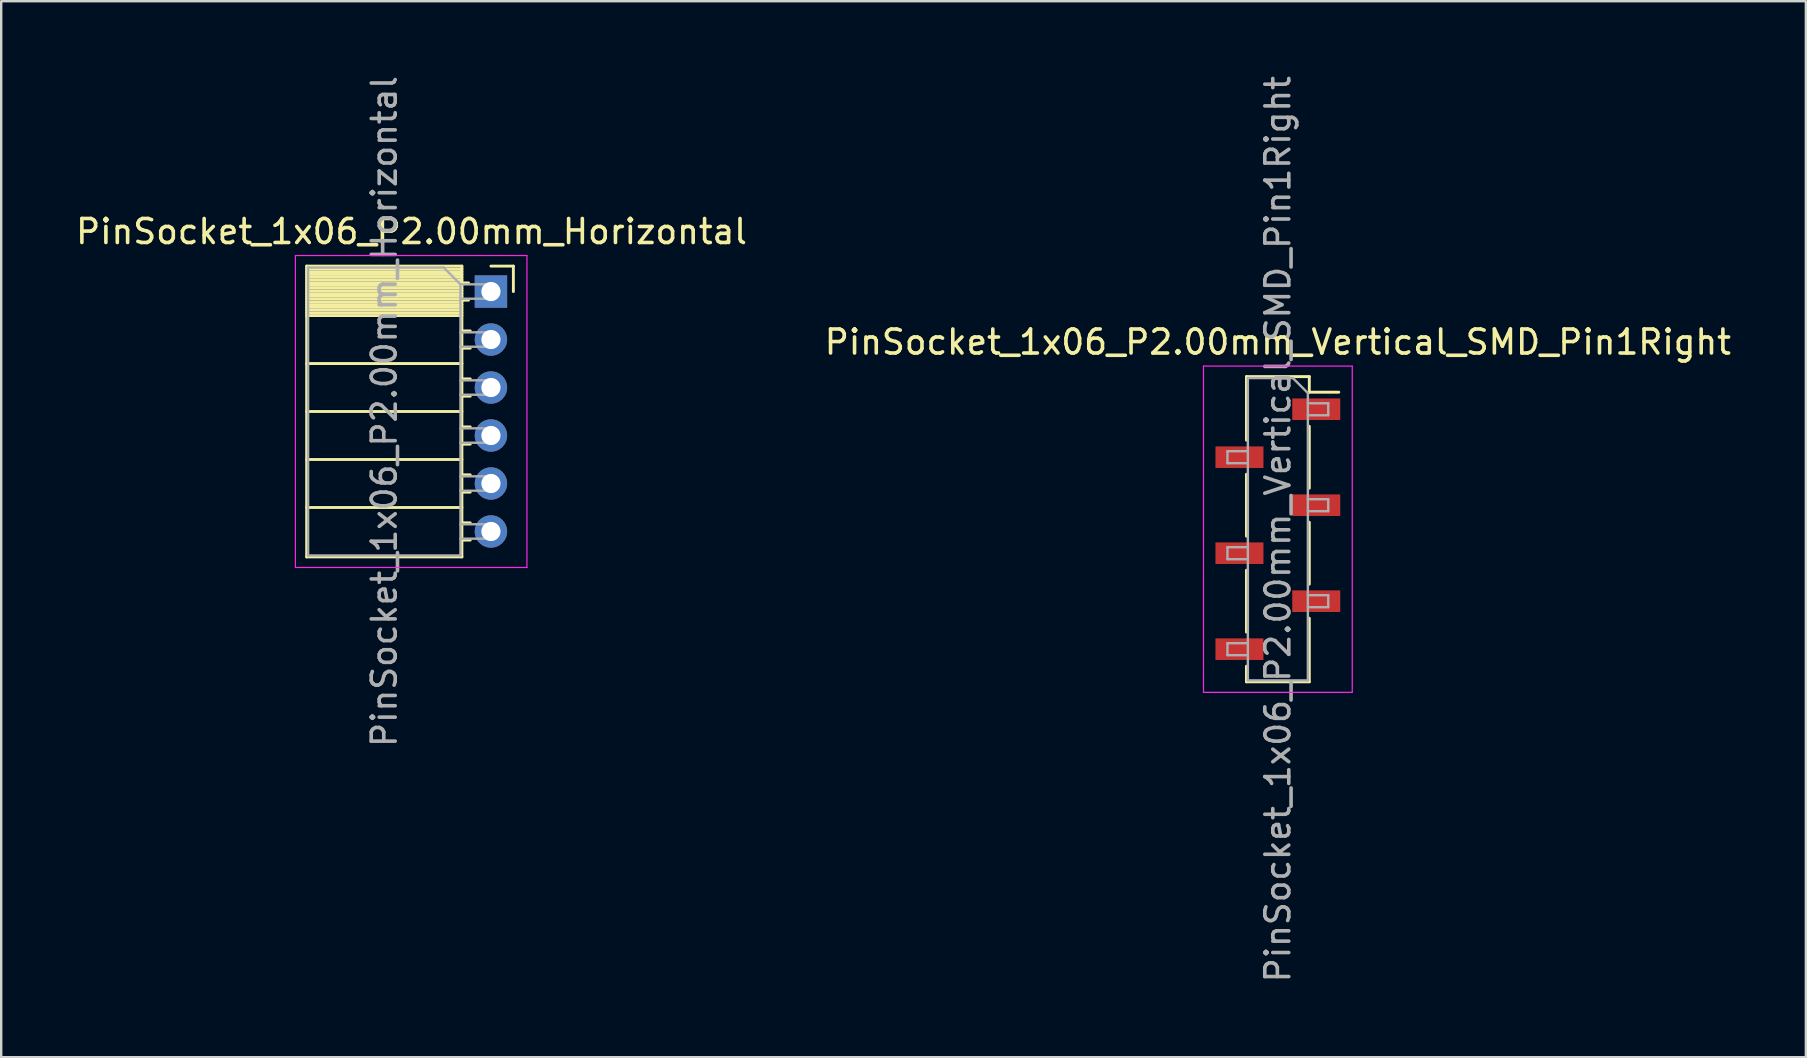
<source format=kicad_pcb>
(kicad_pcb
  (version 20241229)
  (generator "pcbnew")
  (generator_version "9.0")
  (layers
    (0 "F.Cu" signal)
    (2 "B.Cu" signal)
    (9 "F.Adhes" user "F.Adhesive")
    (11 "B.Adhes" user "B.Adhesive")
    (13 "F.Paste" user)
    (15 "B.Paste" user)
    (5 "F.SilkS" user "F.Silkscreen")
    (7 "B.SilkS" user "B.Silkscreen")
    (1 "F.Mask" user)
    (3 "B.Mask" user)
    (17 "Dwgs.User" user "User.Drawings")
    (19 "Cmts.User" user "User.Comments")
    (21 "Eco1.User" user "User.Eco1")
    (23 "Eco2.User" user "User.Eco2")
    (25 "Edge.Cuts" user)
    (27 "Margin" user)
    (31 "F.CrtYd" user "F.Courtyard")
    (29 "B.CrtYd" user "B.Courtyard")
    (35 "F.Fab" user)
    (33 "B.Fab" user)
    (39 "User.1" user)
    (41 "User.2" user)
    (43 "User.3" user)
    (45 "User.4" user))
  (footprint "PinSocket_1x06_P2.00mm_Vertical_SMD_Pin1Right"
    (layer "F.Cu")
    (at 50.208 19.006)
    (property "Reference" "PinSocket_1x06_P2.00mm_Vertical_SMD_Pin1Right" (at 0 -7.8 0) (layer "F.SilkS") (effects (font (size 1 1) (thickness 0.15))))
    (attr smd)
    (fp_line (start -1.31 -6.36) (end -1.31 -3.71) (stroke (width 0.12) (type solid)) (layer "F.SilkS"))
    (fp_line (start -1.31 -6.36) (end 1.31 -6.36) (stroke (width 0.12) (type solid)) (layer "F.SilkS"))
    (fp_line (start -1.31 -2.29) (end -1.31 0.29) (stroke (width 0.12) (type solid)) (layer "F.SilkS"))
    (fp_line (start -1.31 1.71) (end -1.31 4.29) (stroke (width 0.12) (type solid)) (layer "F.SilkS"))
    (fp_line (start -1.31 5.71) (end -1.31 6.36) (stroke (width 0.12) (type solid)) (layer "F.SilkS"))
    (fp_line (start -1.31 6.36) (end 1.31 6.36) (stroke (width 0.12) (type solid)) (layer "F.SilkS"))
    (fp_line (start 1.31 -6.36) (end 1.31 -5.71) (stroke (width 0.12) (type solid)) (layer "F.SilkS"))
    (fp_line (start 1.31 -5.71) (end 2.54 -5.71) (stroke (width 0.12) (type solid)) (layer "F.SilkS"))
    (fp_line (start 1.31 -4.29) (end 1.31 -1.71) (stroke (width 0.12) (type solid)) (layer "F.SilkS"))
    (fp_line (start 1.31 -0.29) (end 1.31 2.29) (stroke (width 0.12) (type solid)) (layer "F.SilkS"))
    (fp_line (start 1.31 3.71) (end 1.31 6.36) (stroke (width 0.12) (type solid)) (layer "F.SilkS"))
    (fp_line (start -3.1 -6.8) (end 3.1 -6.8) (stroke (width 0.05) (type solid)) (layer "F.CrtYd"))
    (fp_line (start -3.1 6.8) (end -3.1 -6.8) (stroke (width 0.05) (type solid)) (layer "F.CrtYd"))
    (fp_line (start 3.1 -6.8) (end 3.1 6.8) (stroke (width 0.05) (type solid)) (layer "F.CrtYd"))
    (fp_line (start 3.1 6.8) (end -3.1 6.8) (stroke (width 0.05) (type solid)) (layer "F.CrtYd"))
    (fp_line (start -2.1 -3.25) (end -1.25 -3.25) (stroke (width 0.1) (type solid)) (layer "F.Fab"))
    (fp_line (start -2.1 -2.75) (end -2.1 -3.25) (stroke (width 0.1) (type solid)) (layer "F.Fab"))
    (fp_line (start -2.1 0.75) (end -1.25 0.75) (stroke (width 0.1) (type solid)) (layer "F.Fab"))
    (fp_line (start -2.1 1.25) (end -2.1 0.75) (stroke (width 0.1) (type solid)) (layer "F.Fab"))
    (fp_line (start -2.1 4.75) (end -1.25 4.75) (stroke (width 0.1) (type solid)) (layer "F.Fab"))
    (fp_line (start -2.1 5.25) (end -2.1 4.75) (stroke (width 0.1) (type solid)) (layer "F.Fab"))
    (fp_line (start -1.25 -6.3) (end 0.625 -6.3) (stroke (width 0.1) (type solid)) (layer "F.Fab"))
    (fp_line (start -1.25 -2.75) (end -2.1 -2.75) (stroke (width 0.1) (type solid)) (layer "F.Fab"))
    (fp_line (start -1.25 1.25) (end -2.1 1.25) (stroke (width 0.1) (type solid)) (layer "F.Fab"))
    (fp_line (start -1.25 5.25) (end -2.1 5.25) (stroke (width 0.1) (type solid)) (layer "F.Fab"))
    (fp_line (start -1.25 6.3) (end -1.25 -6.3) (stroke (width 0.1) (type solid)) (layer "F.Fab"))
    (fp_line (start 0.625 -6.3) (end 1.25 -5.675) (stroke (width 0.1) (type solid)) (layer "F.Fab"))
    (fp_line (start 1.25 -5.675) (end 1.25 6.3) (stroke (width 0.1) (type solid)) (layer "F.Fab"))
    (fp_line (start 1.25 -5.25) (end 2.1 -5.25) (stroke (width 0.1) (type solid)) (layer "F.Fab"))
    (fp_line (start 1.25 -1.25) (end 2.1 -1.25) (stroke (width 0.1) (type solid)) (layer "F.Fab"))
    (fp_line (start 1.25 2.75) (end 2.1 2.75) (stroke (width 0.1) (type solid)) (layer "F.Fab"))
    (fp_line (start 1.25 6.3) (end -1.25 6.3) (stroke (width 0.1) (type solid)) (layer "F.Fab"))
    (fp_line (start 2.1 -5.25) (end 2.1 -4.75) (stroke (width 0.1) (type solid)) (layer "F.Fab"))
    (fp_line (start 2.1 -4.75) (end 1.25 -4.75) (stroke (width 0.1) (type solid)) (layer "F.Fab"))
    (fp_line (start 2.1 -1.25) (end 2.1 -0.75) (stroke (width 0.1) (type solid)) (layer "F.Fab"))
    (fp_line (start 2.1 -0.75) (end 1.25 -0.75) (stroke (width 0.1) (type solid)) (layer "F.Fab"))
    (fp_line (start 2.1 2.75) (end 2.1 3.25) (stroke (width 0.1) (type solid)) (layer "F.Fab"))
    (fp_line (start 2.1 3.25) (end 1.25 3.25) (stroke (width 0.1) (type solid)) (layer "F.Fab"))
    (fp_text user "${REFERENCE}" (at 0 0 90) (layer "F.Fab") (effects (font (size 1 1) (thickness 0.15))))
    (pad "1" smd rect (at 1.6 -5) (size 2 0.9) (layers "F.Cu" "F.Mask" "F.Paste"))
    (pad "2" smd rect (at -1.6 -3) (size 2 0.9) (layers "F.Cu" "F.Mask" "F.Paste"))
    (pad "3" smd rect (at 1.6 -1) (size 2 0.9) (layers "F.Cu" "F.Mask" "F.Paste"))
    (pad "4" smd rect (at -1.6 1) (size 2 0.9) (layers "F.Cu" "F.Mask" "F.Paste"))
    (pad "5" smd rect (at 1.6 3) (size 2 0.9) (layers "F.Cu" "F.Mask" "F.Paste"))
    (pad "6" smd rect (at -1.6 5) (size 2 0.9) (layers "F.Cu" "F.Mask" "F.Paste")))
  (footprint "PinSocket_1x06_P2.00mm_Horizontal"
    (layer "F.Cu")
    (at 17.411 9.101)
    (property "Reference" "PinSocket_1x06_P2.00mm_Horizontal" (at -3.31 -2.5 0) (layer "F.SilkS") (effects (font (size 1 1) (thickness 0.15))))
    (attr through_hole)
    (fp_line (start -7.68 -1.06) (end -7.68 11.06) (stroke (width 0.12) (type solid)) (layer "F.SilkS"))
    (fp_line (start -7.68 -1.06) (end -1.21 -1.06) (stroke (width 0.12) (type solid)) (layer "F.SilkS"))
    (fp_line (start -7.68 -0.94) (end -1.21 -0.94) (stroke (width 0.12) (type solid)) (layer "F.SilkS"))
    (fp_line (start -7.68 -0.826) (end -1.21 -0.826) (stroke (width 0.12) (type solid)) (layer "F.SilkS"))
    (fp_line (start -7.68 -0.712) (end -1.21 -0.712) (stroke (width 0.12) (type solid)) (layer "F.SilkS"))
    (fp_line (start -7.68 -0.598) (end -1.21 -0.598) (stroke (width 0.12) (type solid)) (layer "F.SilkS"))
    (fp_line (start -7.68 -0.484) (end -1.21 -0.484) (stroke (width 0.12) (type solid)) (layer "F.SilkS"))
    (fp_line (start -7.68 -0.369) (end -1.21 -0.369) (stroke (width 0.12) (type solid)) (layer "F.SilkS"))
    (fp_line (start -7.68 -0.255) (end -1.21 -0.255) (stroke (width 0.12) (type solid)) (layer "F.SilkS"))
    (fp_line (start -7.68 -0.141) (end -1.21 -0.141) (stroke (width 0.12) (type solid)) (layer "F.SilkS"))
    (fp_line (start -7.68 -0.027) (end -1.21 -0.027) (stroke (width 0.12) (type solid)) (layer "F.SilkS"))
    (fp_line (start -7.68 0.087) (end -1.21 0.087) (stroke (width 0.12) (type solid)) (layer "F.SilkS"))
    (fp_line (start -7.68 0.201) (end -1.21 0.201) (stroke (width 0.12) (type solid)) (layer "F.SilkS"))
    (fp_line (start -7.68 0.315) (end -1.21 0.315) (stroke (width 0.12) (type solid)) (layer "F.SilkS"))
    (fp_line (start -7.68 0.429) (end -1.21 0.429) (stroke (width 0.12) (type solid)) (layer "F.SilkS"))
    (fp_line (start -7.68 0.544) (end -1.21 0.544) (stroke (width 0.12) (type solid)) (layer "F.SilkS"))
    (fp_line (start -7.68 0.658) (end -1.21 0.658) (stroke (width 0.12) (type solid)) (layer "F.SilkS"))
    (fp_line (start -7.68 0.772) (end -1.21 0.772) (stroke (width 0.12) (type solid)) (layer "F.SilkS"))
    (fp_line (start -7.68 0.886) (end -1.21 0.886) (stroke (width 0.12) (type solid)) (layer "F.SilkS"))
    (fp_line (start -7.68 1) (end -1.21 1) (stroke (width 0.12) (type solid)) (layer "F.SilkS"))
    (fp_line (start -7.68 3) (end -1.21 3) (stroke (width 0.12) (type solid)) (layer "F.SilkS"))
    (fp_line (start -7.68 5) (end -1.21 5) (stroke (width 0.12) (type solid)) (layer "F.SilkS"))
    (fp_line (start -7.68 7) (end -1.21 7) (stroke (width 0.12) (type solid)) (layer "F.SilkS"))
    (fp_line (start -7.68 9) (end -1.21 9) (stroke (width 0.12) (type solid)) (layer "F.SilkS"))
    (fp_line (start -7.68 11.06) (end -1.21 11.06) (stroke (width 0.12) (type solid)) (layer "F.SilkS"))
    (fp_line (start -1.21 -1.06) (end -1.21 11.06) (stroke (width 0.12) (type solid)) (layer "F.SilkS"))
    (fp_line (start -1.21 -0.36) (end -0.935 -0.36) (stroke (width 0.12) (type solid)) (layer "F.SilkS"))
    (fp_line (start -1.21 0.36) (end -0.935 0.36) (stroke (width 0.12) (type solid)) (layer "F.SilkS"))
    (fp_line (start -1.21 1.64) (end -0.863 1.64) (stroke (width 0.12) (type solid)) (layer "F.SilkS"))
    (fp_line (start -1.21 2.36) (end -0.863 2.36) (stroke (width 0.12) (type solid)) (layer "F.SilkS"))
    (fp_line (start -1.21 3.64) (end -0.863 3.64) (stroke (width 0.12) (type solid)) (layer "F.SilkS"))
    (fp_line (start -1.21 4.36) (end -0.863 4.36) (stroke (width 0.12) (type solid)) (layer "F.SilkS"))
    (fp_line (start -1.21 5.64) (end -0.863 5.64) (stroke (width 0.12) (type solid)) (layer "F.SilkS"))
    (fp_line (start -1.21 6.36) (end -0.863 6.36) (stroke (width 0.12) (type solid)) (layer "F.SilkS"))
    (fp_line (start -1.21 7.64) (end -0.863 7.64) (stroke (width 0.12) (type solid)) (layer "F.SilkS"))
    (fp_line (start -1.21 8.36) (end -0.863 8.36) (stroke (width 0.12) (type solid)) (layer "F.SilkS"))
    (fp_line (start -1.21 9.64) (end -0.863 9.64) (stroke (width 0.12) (type solid)) (layer "F.SilkS"))
    (fp_line (start -1.21 10.36) (end -0.863 10.36) (stroke (width 0.12) (type solid)) (layer "F.SilkS"))
    (fp_line (start 0 -1.06) (end 0.935 -1.06) (stroke (width 0.12) (type solid)) (layer "F.SilkS"))
    (fp_line (start 0.935 -1.06) (end 0.935 0) (stroke (width 0.12) (type solid)) (layer "F.SilkS"))
    (fp_line (start -8.15 -1.5) (end -8.15 11.5) (stroke (width 0.05) (type solid)) (layer "F.CrtYd"))
    (fp_line (start -8.15 11.5) (end 1.5 11.5) (stroke (width 0.05) (type solid)) (layer "F.CrtYd"))
    (fp_line (start 1.5 -1.5) (end -8.15 -1.5) (stroke (width 0.05) (type solid)) (layer "F.CrtYd"))
    (fp_line (start 1.5 11.5) (end 1.5 -1.5) (stroke (width 0.05) (type solid)) (layer "F.CrtYd"))
    (fp_line (start -7.62 -1) (end -1.97 -1) (stroke (width 0.1) (type solid)) (layer "F.Fab"))
    (fp_line (start -7.62 11) (end -7.62 -1) (stroke (width 0.1) (type solid)) (layer "F.Fab"))
    (fp_line (start -1.97 -1) (end -1.27 -0.3) (stroke (width 0.1) (type solid)) (layer "F.Fab"))
    (fp_line (start -1.27 -0.3) (end -1.27 11) (stroke (width 0.1) (type solid)) (layer "F.Fab"))
    (fp_line (start -1.27 0.3) (end 0 0.3) (stroke (width 0.1) (type solid)) (layer "F.Fab"))
    (fp_line (start -1.27 2.3) (end 0 2.3) (stroke (width 0.1) (type solid)) (layer "F.Fab"))
    (fp_line (start -1.27 4.3) (end 0 4.3) (stroke (width 0.1) (type solid)) (layer "F.Fab"))
    (fp_line (start -1.27 6.3) (end 0 6.3) (stroke (width 0.1) (type solid)) (layer "F.Fab"))
    (fp_line (start -1.27 8.3) (end 0 8.3) (stroke (width 0.1) (type solid)) (layer "F.Fab"))
    (fp_line (start -1.27 10.3) (end 0 10.3) (stroke (width 0.1) (type solid)) (layer "F.Fab"))
    (fp_line (start -1.27 11) (end -7.62 11) (stroke (width 0.1) (type solid)) (layer "F.Fab"))
    (fp_line (start 0 -0.3) (end -1.27 -0.3) (stroke (width 0.1) (type solid)) (layer "F.Fab"))
    (fp_line (start 0 0.3) (end 0 -0.3) (stroke (width 0.1) (type solid)) (layer "F.Fab"))
    (fp_line (start 0 1.7) (end -1.27 1.7) (stroke (width 0.1) (type solid)) (layer "F.Fab"))
    (fp_line (start 0 2.3) (end 0 1.7) (stroke (width 0.1) (type solid)) (layer "F.Fab"))
    (fp_line (start 0 3.7) (end -1.27 3.7) (stroke (width 0.1) (type solid)) (layer "F.Fab"))
    (fp_line (start 0 4.3) (end 0 3.7) (stroke (width 0.1) (type solid)) (layer "F.Fab"))
    (fp_line (start 0 5.7) (end -1.27 5.7) (stroke (width 0.1) (type solid)) (layer "F.Fab"))
    (fp_line (start 0 6.3) (end 0 5.7) (stroke (width 0.1) (type solid)) (layer "F.Fab"))
    (fp_line (start 0 7.7) (end -1.27 7.7) (stroke (width 0.1) (type solid)) (layer "F.Fab"))
    (fp_line (start 0 8.3) (end 0 7.7) (stroke (width 0.1) (type solid)) (layer "F.Fab"))
    (fp_line (start 0 9.7) (end -1.27 9.7) (stroke (width 0.1) (type solid)) (layer "F.Fab"))
    (fp_line (start 0 10.3) (end 0 9.7) (stroke (width 0.1) (type solid)) (layer "F.Fab"))
    (fp_text user "${REFERENCE}" (at -4.445 5 90) (layer "F.Fab") (effects (font (size 1 1) (thickness 0.15))))
    (pad "1" thru_hole rect (at 0 0) (size 1.35 1.35) (drill 0.8) (layers "*.Cu" "*.Mask"))
    (pad "2" thru_hole oval (at 0 2) (size 1.35 1.35) (drill 0.8) (layers "*.Cu" "*.Mask"))
    (pad "3" thru_hole oval (at 0 4) (size 1.35 1.35) (drill 0.8) (layers "*.Cu" "*.Mask"))
    (pad "4" thru_hole oval (at 0 6) (size 1.35 1.35) (drill 0.8) (layers "*.Cu" "*.Mask"))
    (pad "5" thru_hole oval (at 0 8) (size 1.35 1.35) (drill 0.8) (layers "*.Cu" "*.Mask"))
    (pad "6" thru_hole oval (at 0 10) (size 1.35 1.35) (drill 0.8) (layers "*.Cu" "*.Mask")))
  (gr_rect
    (start -3 -3)
    (end 72.214 41.012)
    (stroke (width 0.1) (type default))
    (fill no)
    (layer "Edge.Cuts")))
</source>
